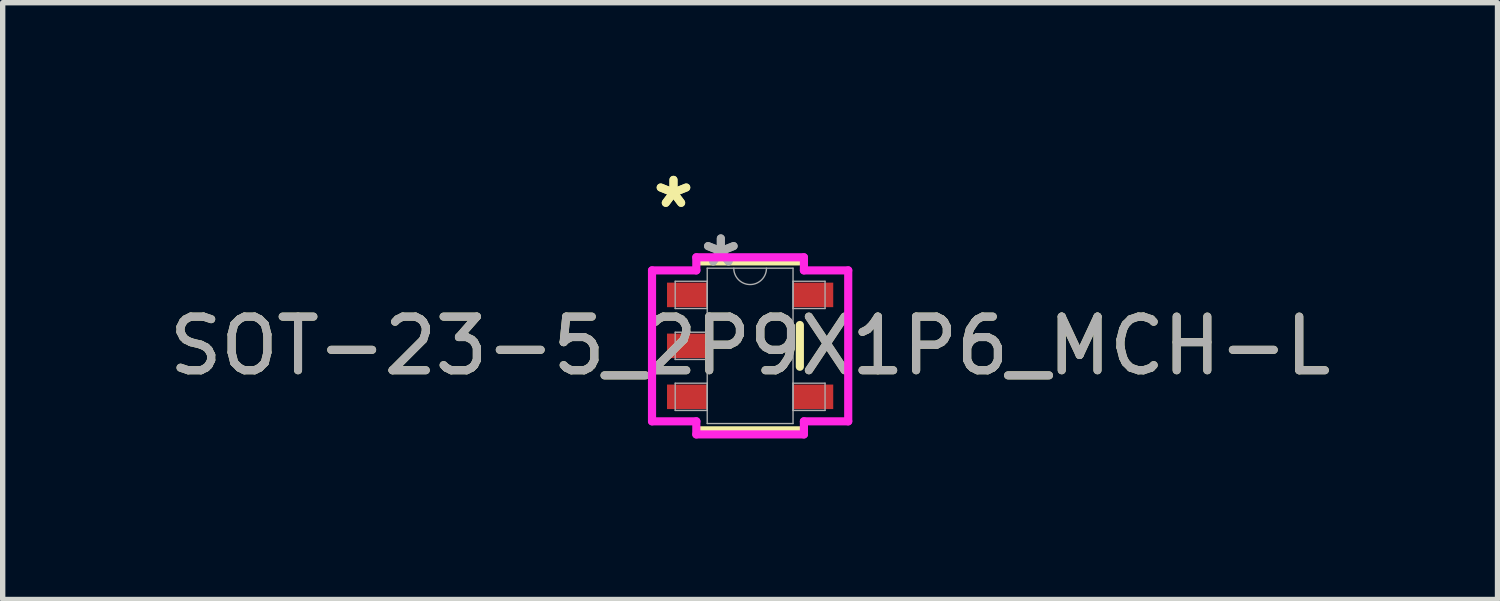
<source format=kicad_pcb>
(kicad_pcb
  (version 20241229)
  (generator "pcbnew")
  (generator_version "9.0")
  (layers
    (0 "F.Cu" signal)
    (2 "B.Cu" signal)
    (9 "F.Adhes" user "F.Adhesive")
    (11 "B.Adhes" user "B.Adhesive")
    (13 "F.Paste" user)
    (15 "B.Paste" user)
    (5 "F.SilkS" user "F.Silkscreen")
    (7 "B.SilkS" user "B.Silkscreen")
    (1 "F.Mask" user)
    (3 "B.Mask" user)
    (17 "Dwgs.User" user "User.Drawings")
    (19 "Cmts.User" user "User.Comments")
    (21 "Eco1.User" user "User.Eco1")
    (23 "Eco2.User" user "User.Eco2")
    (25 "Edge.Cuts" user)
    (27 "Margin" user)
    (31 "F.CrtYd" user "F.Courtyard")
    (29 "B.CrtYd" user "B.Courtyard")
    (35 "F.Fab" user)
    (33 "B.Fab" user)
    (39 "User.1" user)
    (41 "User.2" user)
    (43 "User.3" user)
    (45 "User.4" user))
  (footprint "SOT-23-5_2P9X1P6_MCH-L"
    (layer "F.Cu")
    (at 10.935 3.398)
    (property "Reference" "SOT-23-5_2P9X1P6_MCH-L" (at 0 0 0) (unlocked yes) (layer "F.SilkS") (effects (font (size 1 1) (thickness 0.15))))
    (attr smd)
    (fp_line (start -0.927 1.575) (end 0.927 1.575) (stroke (width 0.152) (type solid)) (layer "F.SilkS"))
    (fp_line (start 0.927 -1.575) (end -0.927 -1.575) (stroke (width 0.152) (type solid)) (layer "F.SilkS"))
    (fp_line (start 0.927 0.389) (end 0.927 -0.389) (stroke (width 0.152) (type solid)) (layer "F.SilkS"))
    (fp_line (start -1.829 -1.407) (end -1.003 -1.407) (stroke (width 0.152) (type solid)) (layer "F.CrtYd"))
    (fp_line (start -1.829 1.407) (end -1.829 -1.407) (stroke (width 0.152) (type solid)) (layer "F.CrtYd"))
    (fp_line (start -1.003 -1.651) (end 1.003 -1.651) (stroke (width 0.152) (type solid)) (layer "F.CrtYd"))
    (fp_line (start -1.003 -1.407) (end -1.003 -1.651) (stroke (width 0.152) (type solid)) (layer "F.CrtYd"))
    (fp_line (start -1.003 1.407) (end -1.829 1.407) (stroke (width 0.152) (type solid)) (layer "F.CrtYd"))
    (fp_line (start -1.003 1.651) (end -1.003 1.407) (stroke (width 0.152) (type solid)) (layer "F.CrtYd"))
    (fp_line (start 1.003 -1.651) (end 1.003 -1.407) (stroke (width 0.152) (type solid)) (layer "F.CrtYd"))
    (fp_line (start 1.003 -1.407) (end 1.829 -1.407) (stroke (width 0.152) (type solid)) (layer "F.CrtYd"))
    (fp_line (start 1.003 1.407) (end 1.003 1.651) (stroke (width 0.152) (type solid)) (layer "F.CrtYd"))
    (fp_line (start 1.003 1.651) (end -1.003 1.651) (stroke (width 0.152) (type solid)) (layer "F.CrtYd"))
    (fp_line (start 1.829 -1.407) (end 1.829 1.407) (stroke (width 0.152) (type solid)) (layer "F.CrtYd"))
    (fp_line (start 1.829 1.407) (end 1.003 1.407) (stroke (width 0.152) (type solid)) (layer "F.CrtYd"))
    (fp_line (start -1.397 -1.204) (end -1.397 -0.696) (stroke (width 0.025) (type solid)) (layer "F.Fab"))
    (fp_line (start -1.397 -0.696) (end -0.8 -0.696) (stroke (width 0.025) (type solid)) (layer "F.Fab"))
    (fp_line (start -1.397 -0.254) (end -1.397 0.254) (stroke (width 0.025) (type solid)) (layer "F.Fab"))
    (fp_line (start -1.397 0.254) (end -0.8 0.254) (stroke (width 0.025) (type solid)) (layer "F.Fab"))
    (fp_line (start -1.397 0.696) (end -1.397 1.204) (stroke (width 0.025) (type solid)) (layer "F.Fab"))
    (fp_line (start -1.397 1.204) (end -0.8 1.204) (stroke (width 0.025) (type solid)) (layer "F.Fab"))
    (fp_line (start -0.8 -1.448) (end -0.8 1.448) (stroke (width 0.025) (type solid)) (layer "F.Fab"))
    (fp_line (start -0.8 -1.204) (end -1.397 -1.204) (stroke (width 0.025) (type solid)) (layer "F.Fab"))
    (fp_line (start -0.8 -0.696) (end -0.8 -1.204) (stroke (width 0.025) (type solid)) (layer "F.Fab"))
    (fp_line (start -0.8 -0.254) (end -1.397 -0.254) (stroke (width 0.025) (type solid)) (layer "F.Fab"))
    (fp_line (start -0.8 0.254) (end -0.8 -0.254) (stroke (width 0.025) (type solid)) (layer "F.Fab"))
    (fp_line (start -0.8 0.696) (end -1.397 0.696) (stroke (width 0.025) (type solid)) (layer "F.Fab"))
    (fp_line (start -0.8 1.204) (end -0.8 0.696) (stroke (width 0.025) (type solid)) (layer "F.Fab"))
    (fp_line (start -0.8 1.448) (end 0.8 1.448) (stroke (width 0.025) (type solid)) (layer "F.Fab"))
    (fp_line (start 0.8 -1.448) (end -0.8 -1.448) (stroke (width 0.025) (type solid)) (layer "F.Fab"))
    (fp_line (start 0.8 -1.204) (end 0.8 -0.696) (stroke (width 0.025) (type solid)) (layer "F.Fab"))
    (fp_line (start 0.8 -0.696) (end 1.397 -0.696) (stroke (width 0.025) (type solid)) (layer "F.Fab"))
    (fp_line (start 0.8 0.696) (end 0.8 1.204) (stroke (width 0.025) (type solid)) (layer "F.Fab"))
    (fp_line (start 0.8 1.204) (end 1.397 1.204) (stroke (width 0.025) (type solid)) (layer "F.Fab"))
    (fp_line (start 0.8 1.448) (end 0.8 -1.448) (stroke (width 0.025) (type solid)) (layer "F.Fab"))
    (fp_line (start 1.397 -1.204) (end 0.8 -1.204) (stroke (width 0.025) (type solid)) (layer "F.Fab"))
    (fp_line (start 1.397 -0.696) (end 1.397 -1.204) (stroke (width 0.025) (type solid)) (layer "F.Fab"))
    (fp_line (start 1.397 0.696) (end 0.8 0.696) (stroke (width 0.025) (type solid)) (layer "F.Fab"))
    (fp_line (start 1.397 1.204) (end 1.397 0.696) (stroke (width 0.025) (type solid)) (layer "F.Fab"))
    (fp_arc (start 0.3048 -1.4478) (mid 0 -1.143) (end -0.3048 -1.4478) (stroke (width 0.0254) (type solid)) (layer "F.Fab"))
    (fp_text user "*" (at -1.429 -2.55 0) (layer "F.SilkS") (effects (font (size 1 1) (thickness 0.15))))
    (fp_text user "*" (at -1.429 -2.55 0) (unlocked yes) (layer "F.SilkS") (effects (font (size 1 1) (thickness 0.15))))
    (fp_text user "*" (at -0.546 -1.458 0) (layer "F.Fab") (effects (font (size 1 1) (thickness 0.15))))
    (fp_text user "*" (at -0.546 -1.458 0) (unlocked yes) (layer "F.Fab") (effects (font (size 1 1) (thickness 0.15))))
    (fp_text user "${REFERENCE}" (at 0 0 0) (unlocked yes) (layer "F.Fab") (effects (font (size 1 1) (thickness 0.15))))
    (pad "1" smd rect (at -1.175 -0.95) (size 0.749 0.457) (layers "F.Cu" "F.Mask" "F.Paste"))
    (pad "2" smd rect (at -1.175 0) (size 0.749 0.457) (layers "F.Cu" "F.Mask" "F.Paste"))
    (pad "3" smd rect (at -1.175 0.95) (size 0.749 0.457) (layers "F.Cu" "F.Mask" "F.Paste"))
    (pad "4" smd rect (at 1.175 0.95) (size 0.749 0.457) (layers "F.Cu" "F.Mask" "F.Paste"))
    (pad "5" smd rect (at 1.175 -0.95) (size 0.749 0.457) (layers "F.Cu" "F.Mask" "F.Paste")))
  (gr_rect
    (start -3 -3)
    (end 24.869 8.126)
    (stroke (width 0.1) (type default))
    (fill no)
    (layer "Edge.Cuts")))
</source>
